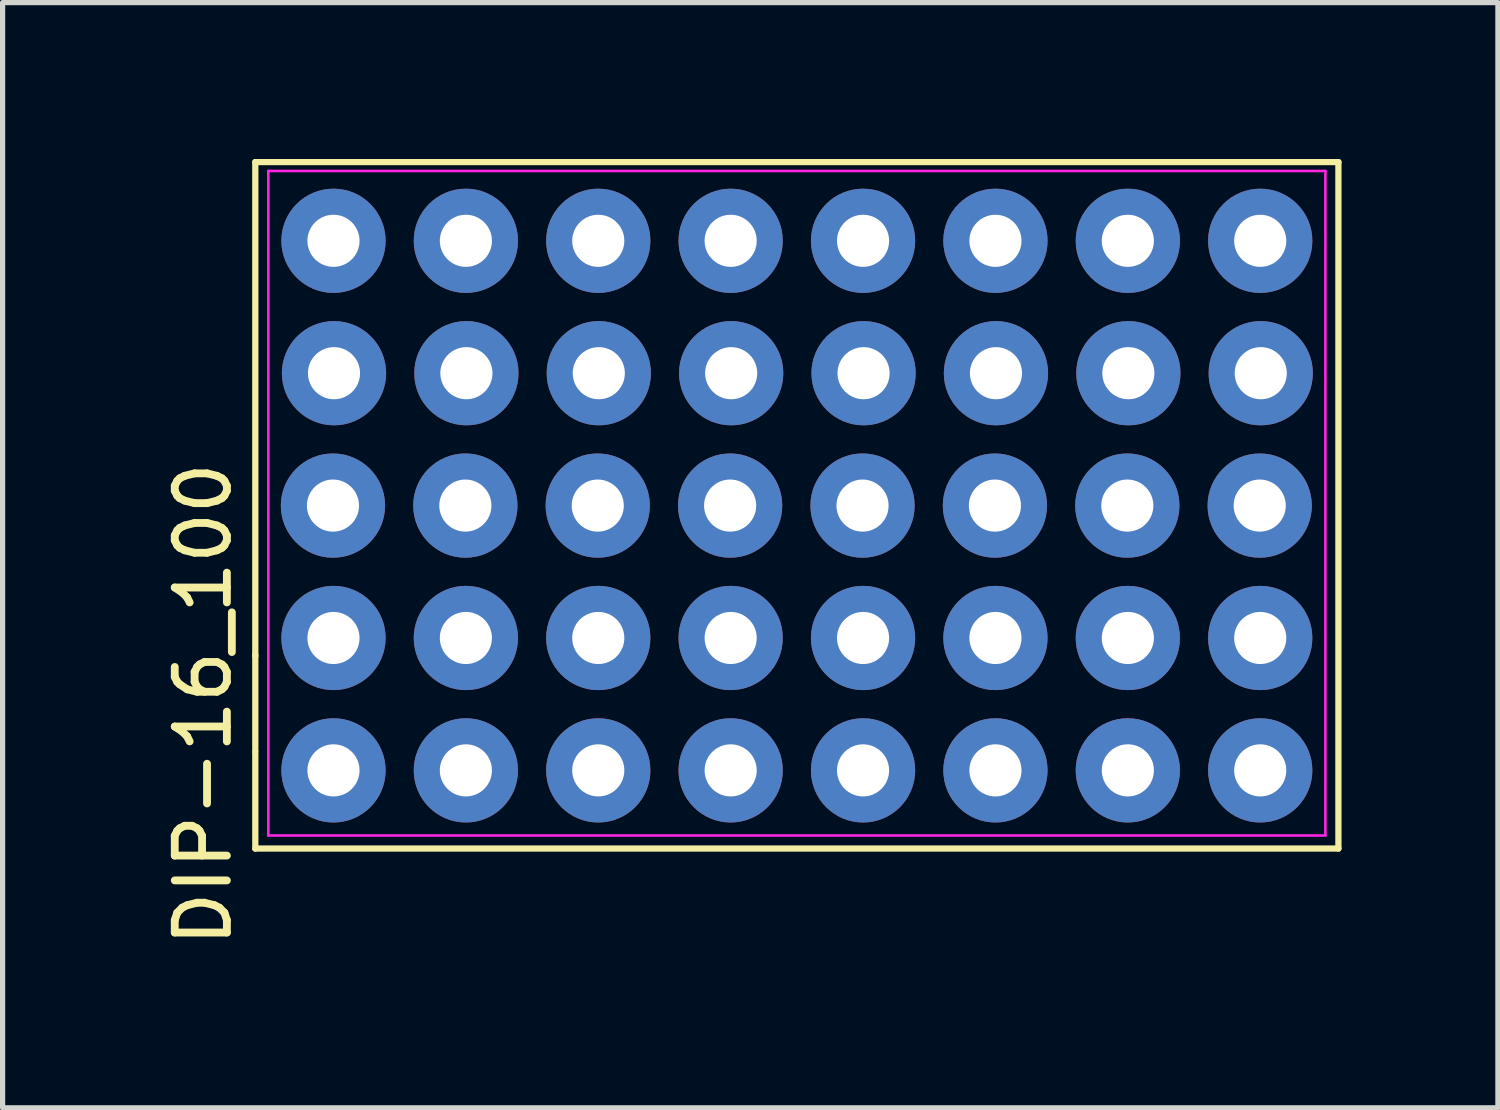
<source format=kicad_pcb>
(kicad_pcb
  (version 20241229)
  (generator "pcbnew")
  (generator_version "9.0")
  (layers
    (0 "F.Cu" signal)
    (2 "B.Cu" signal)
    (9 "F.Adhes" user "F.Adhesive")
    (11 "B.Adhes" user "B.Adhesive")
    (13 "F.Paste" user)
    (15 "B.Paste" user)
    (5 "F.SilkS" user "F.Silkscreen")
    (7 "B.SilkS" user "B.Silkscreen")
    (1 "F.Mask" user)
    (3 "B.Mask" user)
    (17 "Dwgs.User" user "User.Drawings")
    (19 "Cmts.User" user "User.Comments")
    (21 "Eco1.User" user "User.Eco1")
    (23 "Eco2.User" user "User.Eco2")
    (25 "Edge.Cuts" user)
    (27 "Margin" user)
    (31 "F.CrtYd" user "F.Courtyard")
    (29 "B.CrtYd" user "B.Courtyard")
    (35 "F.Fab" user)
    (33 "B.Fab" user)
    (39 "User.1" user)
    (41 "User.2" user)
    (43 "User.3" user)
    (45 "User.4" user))
  (footprint "DIP-16_100"
    (layer "F.Cu")
    (at 12.238 10.46)
    (property "Reference" "DIP-16_100" (at -11.39 0 90) (layer "F.SilkS") (effects (font (size 1 1) (thickness 0.15))))
    (attr through_hole)
    (fp_line (start -10.39 -10.4) (end -10.39 -0.923) (stroke (width 0.12) (type default)) (layer "F.SilkS"))
    (fp_line (start -10.39 -0.943) (end -10.39 0.903) (stroke (width 0.12) (type default)) (layer "F.SilkS"))
    (fp_line (start -10.39 0.923) (end -10.39 2.77) (stroke (width 0.12) (type default)) (layer "F.SilkS"))
    (fp_line (start -10.39 2.77) (end 10.39 2.77) (stroke (width 0.12) (type default)) (layer "F.SilkS"))
    (fp_line (start 10.39 -10.4) (end -10.39 -10.4) (stroke (width 0.12) (type default)) (layer "F.SilkS"))
    (fp_line (start 10.39 2.77) (end 10.39 -10.4) (stroke (width 0.12) (type default)) (layer "F.SilkS"))
    (fp_line (start -10.14 -10.23) (end 10.14 -10.23) (stroke (width 0.05) (type default)) (layer "F.CrtYd"))
    (fp_line (start -10.14 2.52) (end -10.14 -10.23) (stroke (width 0.05) (type default)) (layer "F.CrtYd"))
    (fp_line (start 10.14 -10.23) (end 10.14 2.52) (stroke (width 0.05) (type default)) (layer "F.CrtYd"))
    (fp_line (start 10.14 2.52) (end -10.14 2.52) (stroke (width 0.05) (type default)) (layer "F.CrtYd"))
    (pad "1" thru_hole circle (at -8.89 1.27) (size 2 2) (drill 1) (layers "*.Cu" "*.Mask"))
    (pad "2" thru_hole circle (at -6.35 1.27) (size 2 2) (drill 1) (layers "*.Cu" "*.Mask"))
    (pad "3" thru_hole circle (at -3.81 1.27) (size 2 2) (drill 1) (layers "*.Cu" "*.Mask"))
    (pad "4" thru_hole circle (at -1.27 1.27) (size 2 2) (drill 1) (layers "*.Cu" "*.Mask"))
    (pad "5" thru_hole circle (at 1.27 1.27) (size 2 2) (drill 1) (layers "*.Cu" "*.Mask"))
    (pad "6" thru_hole circle (at 3.81 1.27) (size 2 2) (drill 1) (layers "*.Cu" "*.Mask"))
    (pad "7" thru_hole circle (at 6.35 1.27) (size 2 2) (drill 1) (layers "*.Cu" "*.Mask"))
    (pad "8" thru_hole circle (at 8.89 1.27) (size 2 2) (drill 1) (layers "*.Cu" "*.Mask"))
    (pad "9" thru_hole circle (at 8.88 -3.81) (size 2 2) (drill 1) (layers "*.Cu" "*.Mask"))
    (pad "9" thru_hole circle (at 8.89 -8.89) (size 2 2) (drill 1) (layers "*.Cu" "*.Mask"))
    (pad "9" thru_hole circle (at 8.89 -1.27) (size 2 2) (drill 1) (layers "*.Cu" "*.Mask"))
    (pad "9" thru_hole circle (at 8.9 -6.35) (size 2 2) (drill 1) (layers "*.Cu" "*.Mask"))
    (pad "10" thru_hole circle (at 6.34 -3.81) (size 2 2) (drill 1) (layers "*.Cu" "*.Mask"))
    (pad "10" thru_hole circle (at 6.35 -8.89) (size 2 2) (drill 1) (layers "*.Cu" "*.Mask"))
    (pad "10" thru_hole circle (at 6.35 -1.27) (size 2 2) (drill 1) (layers "*.Cu" "*.Mask"))
    (pad "10" thru_hole circle (at 6.36 -6.35) (size 2 2) (drill 1) (layers "*.Cu" "*.Mask"))
    (pad "11" thru_hole circle (at 3.8 -3.81) (size 2 2) (drill 1) (layers "*.Cu" "*.Mask"))
    (pad "11" thru_hole circle (at 3.81 -8.89) (size 2 2) (drill 1) (layers "*.Cu" "*.Mask"))
    (pad "11" thru_hole circle (at 3.81 -1.27) (size 2 2) (drill 1) (layers "*.Cu" "*.Mask"))
    (pad "11" thru_hole circle (at 3.82 -6.35) (size 2 2) (drill 1) (layers "*.Cu" "*.Mask"))
    (pad "12" thru_hole circle (at 1.26 -3.81) (size 2 2) (drill 1) (layers "*.Cu" "*.Mask"))
    (pad "12" thru_hole circle (at 1.27 -8.89) (size 2 2) (drill 1) (layers "*.Cu" "*.Mask"))
    (pad "12" thru_hole circle (at 1.27 -1.27) (size 2 2) (drill 1) (layers "*.Cu" "*.Mask"))
    (pad "12" thru_hole circle (at 1.28 -6.35) (size 2 2) (drill 1) (layers "*.Cu" "*.Mask"))
    (pad "13" thru_hole circle (at -1.28 -3.81) (size 2 2) (drill 1) (layers "*.Cu" "*.Mask"))
    (pad "13" thru_hole circle (at -1.27 -8.89) (size 2 2) (drill 1) (layers "*.Cu" "*.Mask"))
    (pad "13" thru_hole circle (at -1.27 -1.27) (size 2 2) (drill 1) (layers "*.Cu" "*.Mask"))
    (pad "13" thru_hole circle (at -1.26 -6.35) (size 2 2) (drill 1) (layers "*.Cu" "*.Mask"))
    (pad "14" thru_hole circle (at -3.82 -3.81) (size 2 2) (drill 1) (layers "*.Cu" "*.Mask"))
    (pad "14" thru_hole circle (at -3.81 -8.89) (size 2 2) (drill 1) (layers "*.Cu" "*.Mask"))
    (pad "14" thru_hole circle (at -3.81 -1.27) (size 2 2) (drill 1) (layers "*.Cu" "*.Mask"))
    (pad "14" thru_hole circle (at -3.8 -6.35) (size 2 2) (drill 1) (layers "*.Cu" "*.Mask"))
    (pad "15" thru_hole circle (at -6.36 -3.81) (size 2 2) (drill 1) (layers "*.Cu" "*.Mask"))
    (pad "15" thru_hole circle (at -6.35 -8.89) (size 2 2) (drill 1) (layers "*.Cu" "*.Mask"))
    (pad "15" thru_hole circle (at -6.35 -1.27) (size 2 2) (drill 1) (layers "*.Cu" "*.Mask"))
    (pad "15" thru_hole circle (at -6.34 -6.35) (size 2 2) (drill 1) (layers "*.Cu" "*.Mask"))
    (pad "16" thru_hole circle (at -8.9 -3.81) (size 2 2) (drill 1) (layers "*.Cu" "*.Mask"))
    (pad "16" thru_hole circle (at -8.89 -8.89) (size 2 2) (drill 1) (layers "*.Cu" "*.Mask"))
    (pad "16" thru_hole circle (at -8.89 -1.27) (size 2 2) (drill 1) (layers "*.Cu" "*.Mask"))
    (pad "16" thru_hole circle (at -8.88 -6.35) (size 2 2) (drill 1) (layers "*.Cu" "*.Mask")))
  (gr_rect
    (start -3 -3)
    (end 25.688 18.204)
    (stroke (width 0.1) (type default))
    (fill no)
    (layer "Edge.Cuts")))
</source>
